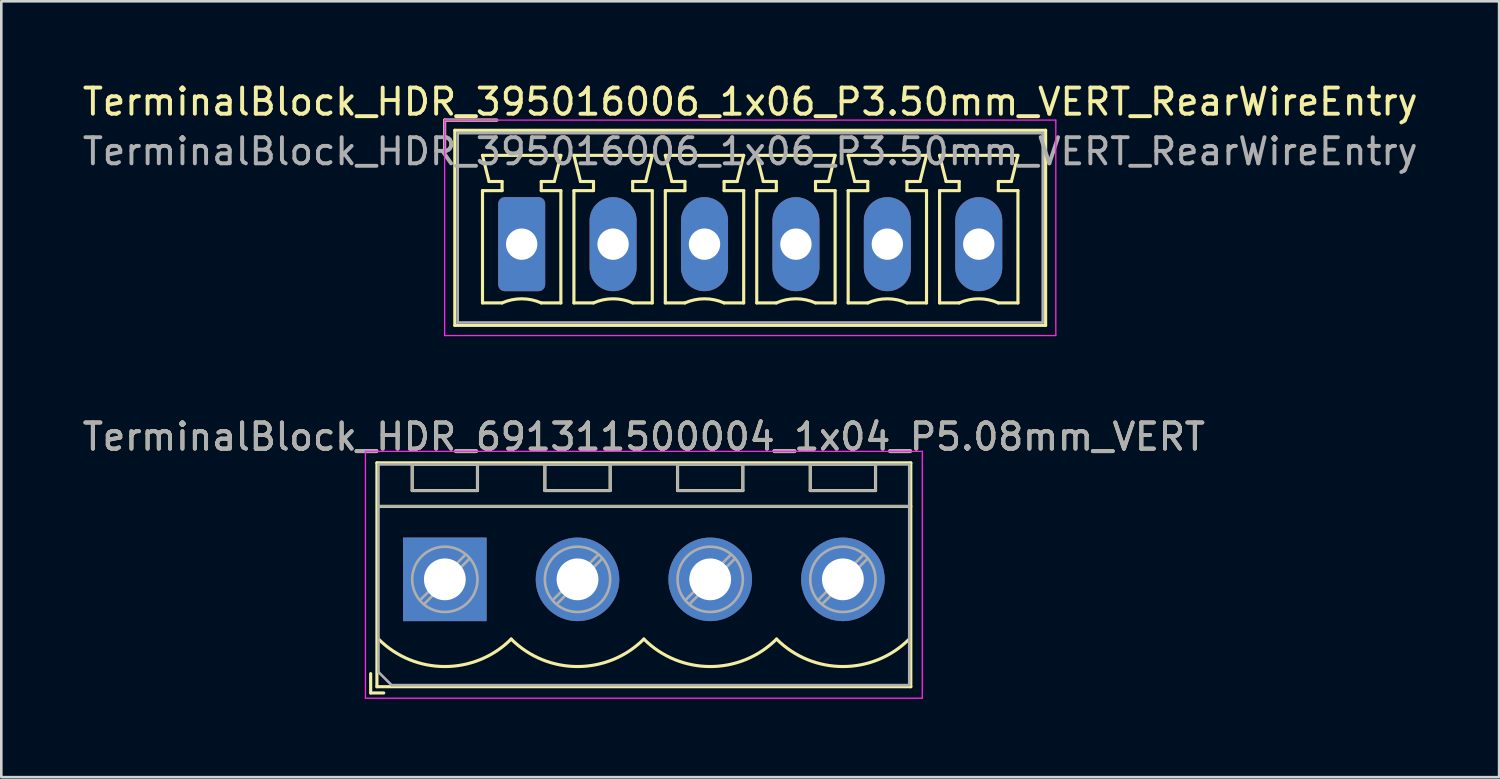
<source format=kicad_pcb>
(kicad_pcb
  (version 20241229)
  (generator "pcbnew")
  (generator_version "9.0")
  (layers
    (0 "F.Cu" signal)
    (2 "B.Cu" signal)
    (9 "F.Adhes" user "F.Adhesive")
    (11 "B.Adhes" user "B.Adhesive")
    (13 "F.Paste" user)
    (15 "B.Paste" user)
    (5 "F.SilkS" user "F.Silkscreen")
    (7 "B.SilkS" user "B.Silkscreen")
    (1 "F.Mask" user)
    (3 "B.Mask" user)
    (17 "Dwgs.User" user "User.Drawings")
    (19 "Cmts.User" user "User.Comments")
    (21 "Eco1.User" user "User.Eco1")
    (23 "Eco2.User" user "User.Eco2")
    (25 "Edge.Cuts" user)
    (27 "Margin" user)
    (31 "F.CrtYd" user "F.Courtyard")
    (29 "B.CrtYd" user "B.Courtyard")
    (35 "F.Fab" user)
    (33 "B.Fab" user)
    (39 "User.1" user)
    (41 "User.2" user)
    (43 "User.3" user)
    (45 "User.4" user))
  (footprint "TerminalBlock_HDR_691311500004_1x04_P5.08mm_VERT"
    (layer "F.Cu")
    (at 21.601 19.131)
    (property "Reference" "TerminalBlock_HDR_691311500004_1x04_P5.08mm_VERT" (at 0 -5.46 0) (layer "F.SilkS") (effects (font (size 1 1) (thickness 0.15))))
    (attr through_hole)
    (fp_line (start -10.46 3.61) (end -10.46 4.35) (stroke (width 0.12) (type solid)) (layer "F.SilkS"))
    (fp_line (start -10.46 4.35) (end -9.96 4.35) (stroke (width 0.12) (type solid)) (layer "F.SilkS"))
    (fp_line (start -10.22 -4.46) (end -10.22 4.11) (stroke (width 0.12) (type solid)) (layer "F.SilkS"))
    (fp_line (start -10.22 -4.46) (end 10.22 -4.46) (stroke (width 0.12) (type solid)) (layer "F.SilkS"))
    (fp_line (start -10.22 4.11) (end 10.22 4.11) (stroke (width 0.12) (type solid)) (layer "F.SilkS"))
    (fp_line (start -10.16 -2.794) (end 10.22 -2.794) (stroke (width 0.12) (type solid)) (layer "F.SilkS"))
    (fp_line (start -8.87 -4.4) (end -8.87 -3.4) (stroke (width 0.12) (type solid)) (layer "F.SilkS"))
    (fp_line (start -8.87 -4.4) (end -6.37 -4.4) (stroke (width 0.12) (type solid)) (layer "F.SilkS"))
    (fp_line (start -8.87 -3.4) (end -6.37 -3.4) (stroke (width 0.12) (type solid)) (layer "F.SilkS"))
    (fp_line (start -6.37 -4.4) (end -6.37 -3.4) (stroke (width 0.12) (type solid)) (layer "F.SilkS"))
    (fp_line (start -3.79 -4.4) (end -3.79 -3.4) (stroke (width 0.12) (type solid)) (layer "F.SilkS"))
    (fp_line (start -3.79 -4.4) (end -1.29 -4.4) (stroke (width 0.12) (type solid)) (layer "F.SilkS"))
    (fp_line (start -3.79 -3.4) (end -1.29 -3.4) (stroke (width 0.12) (type solid)) (layer "F.SilkS"))
    (fp_line (start -1.29 -4.4) (end -1.29 -3.4) (stroke (width 0.12) (type solid)) (layer "F.SilkS"))
    (fp_line (start 1.29 -4.4) (end 1.29 -3.4) (stroke (width 0.12) (type solid)) (layer "F.SilkS"))
    (fp_line (start 1.29 -4.4) (end 3.79 -4.4) (stroke (width 0.12) (type solid)) (layer "F.SilkS"))
    (fp_line (start 1.29 -3.4) (end 3.79 -3.4) (stroke (width 0.12) (type solid)) (layer "F.SilkS"))
    (fp_line (start 3.79 -4.4) (end 3.79 -3.4) (stroke (width 0.12) (type solid)) (layer "F.SilkS"))
    (fp_line (start 6.37 -4.4) (end 6.37 -3.4) (stroke (width 0.12) (type solid)) (layer "F.SilkS"))
    (fp_line (start 6.37 -4.4) (end 8.87 -4.4) (stroke (width 0.12) (type solid)) (layer "F.SilkS"))
    (fp_line (start 6.37 -3.4) (end 8.87 -3.4) (stroke (width 0.12) (type solid)) (layer "F.SilkS"))
    (fp_line (start 8.87 -4.4) (end 8.87 -3.4) (stroke (width 0.12) (type solid)) (layer "F.SilkS"))
    (fp_line (start 10.22 -4.46) (end 10.22 4.11) (stroke (width 0.12) (type solid)) (layer "F.SilkS"))
    (fp_arc (start -5.08 2.286) (mid -7.62 3.338102) (end -10.16 2.286) (stroke (width 0.12) (type solid)) (layer "F.SilkS"))
    (fp_arc (start 0 2.286) (mid -2.54 3.338102) (end -5.08 2.286) (stroke (width 0.12) (type solid)) (layer "F.SilkS"))
    (fp_arc (start 5.08 2.286) (mid 2.54 3.338102) (end 0 2.286) (stroke (width 0.12) (type solid)) (layer "F.SilkS"))
    (fp_arc (start 10.16 2.286) (mid 7.62 3.338102) (end 5.08 2.286) (stroke (width 0.12) (type solid)) (layer "F.SilkS"))
    (fp_line (start -10.66 -4.9) (end -10.66 4.55) (stroke (width 0.05) (type solid)) (layer "F.CrtYd"))
    (fp_line (start -10.66 4.55) (end 10.66 4.55) (stroke (width 0.05) (type solid)) (layer "F.CrtYd"))
    (fp_line (start 10.66 -4.9) (end -10.66 -4.9) (stroke (width 0.05) (type solid)) (layer "F.CrtYd"))
    (fp_line (start 10.66 4.55) (end 10.66 -4.9) (stroke (width 0.05) (type solid)) (layer "F.CrtYd"))
    (fp_line (start -10.16 -4.4) (end 10.16 -4.4) (stroke (width 0.1) (type solid)) (layer "F.Fab"))
    (fp_line (start -10.16 -2.794) (end 10.16 -2.794) (stroke (width 0.1) (type solid)) (layer "F.Fab"))
    (fp_line (start -10.16 3.55) (end -10.16 -4.4) (stroke (width 0.1) (type solid)) (layer "F.Fab"))
    (fp_line (start -9.66 4.05) (end -10.16 3.55) (stroke (width 0.1) (type solid)) (layer "F.Fab"))
    (fp_line (start -8.87 -4.4) (end -8.87 -3.4) (stroke (width 0.1) (type solid)) (layer "F.Fab"))
    (fp_line (start -8.87 -3.4) (end -6.37 -3.4) (stroke (width 0.1) (type solid)) (layer "F.Fab"))
    (fp_line (start -6.824 -0.948) (end -8.569 0.796) (stroke (width 0.1) (type solid)) (layer "F.Fab"))
    (fp_line (start -6.671 -0.796) (end -8.416 0.948) (stroke (width 0.1) (type solid)) (layer "F.Fab"))
    (fp_line (start -6.37 -4.4) (end -8.87 -4.4) (stroke (width 0.1) (type solid)) (layer "F.Fab"))
    (fp_line (start -6.37 -3.4) (end -6.37 -4.4) (stroke (width 0.1) (type solid)) (layer "F.Fab"))
    (fp_line (start -3.79 -4.4) (end -3.79 -3.4) (stroke (width 0.1) (type solid)) (layer "F.Fab"))
    (fp_line (start -3.79 -3.4) (end -1.29 -3.4) (stroke (width 0.1) (type solid)) (layer "F.Fab"))
    (fp_line (start -1.744 -0.948) (end -3.488 0.796) (stroke (width 0.1) (type solid)) (layer "F.Fab"))
    (fp_line (start -1.591 -0.796) (end -3.335 0.948) (stroke (width 0.1) (type solid)) (layer "F.Fab"))
    (fp_line (start -1.29 -4.4) (end -3.79 -4.4) (stroke (width 0.1) (type solid)) (layer "F.Fab"))
    (fp_line (start -1.29 -3.4) (end -1.29 -4.4) (stroke (width 0.1) (type solid)) (layer "F.Fab"))
    (fp_line (start 1.29 -4.4) (end 1.29 -3.4) (stroke (width 0.1) (type solid)) (layer "F.Fab"))
    (fp_line (start 1.29 -3.4) (end 3.79 -3.4) (stroke (width 0.1) (type solid)) (layer "F.Fab"))
    (fp_line (start 3.336 -0.948) (end 1.592 0.796) (stroke (width 0.1) (type solid)) (layer "F.Fab"))
    (fp_line (start 3.489 -0.796) (end 1.745 0.948) (stroke (width 0.1) (type solid)) (layer "F.Fab"))
    (fp_line (start 3.79 -4.4) (end 1.29 -4.4) (stroke (width 0.1) (type solid)) (layer "F.Fab"))
    (fp_line (start 3.79 -3.4) (end 3.79 -4.4) (stroke (width 0.1) (type solid)) (layer "F.Fab"))
    (fp_line (start 6.37 -4.4) (end 6.37 -3.4) (stroke (width 0.1) (type solid)) (layer "F.Fab"))
    (fp_line (start 6.37 -3.4) (end 8.87 -3.4) (stroke (width 0.1) (type solid)) (layer "F.Fab"))
    (fp_line (start 8.416 -0.948) (end 6.672 0.796) (stroke (width 0.1) (type solid)) (layer "F.Fab"))
    (fp_line (start 8.569 -0.796) (end 6.825 0.948) (stroke (width 0.1) (type solid)) (layer "F.Fab"))
    (fp_line (start 8.87 -4.4) (end 6.37 -4.4) (stroke (width 0.1) (type solid)) (layer "F.Fab"))
    (fp_line (start 8.87 -3.4) (end 8.87 -4.4) (stroke (width 0.1) (type solid)) (layer "F.Fab"))
    (fp_line (start 10.16 -4.4) (end 10.16 4.05) (stroke (width 0.1) (type solid)) (layer "F.Fab"))
    (fp_line (start 10.16 4.05) (end -9.66 4.05) (stroke (width 0.1) (type solid)) (layer "F.Fab"))
    (fp_circle (center -7.62 0) (end -6.37 0) (stroke (width 0.1) (type solid)) (fill no) (layer "F.Fab"))
    (fp_circle (center -2.54 0) (end -1.29 0) (stroke (width 0.1) (type solid)) (fill no) (layer "F.Fab"))
    (fp_circle (center 2.54 0) (end 3.79 0) (stroke (width 0.1) (type solid)) (fill no) (layer "F.Fab"))
    (fp_circle (center 7.62 0) (end 8.87 0) (stroke (width 0.1) (type solid)) (fill no) (layer "F.Fab"))
    (fp_text user "${REFERENCE}" (at 0 -5.46 0) (layer "F.Fab") (effects (font (size 1 1) (thickness 0.15))))
    (pad "1" thru_hole rect (at -7.62 0) (size 3.2 3.2) (drill 1.6) (layers "*.Cu" "*.Mask"))
    (pad "2" thru_hole circle (at -2.54 0) (size 3.2 3.2) (drill 1.6) (layers "*.Cu" "*.Mask"))
    (pad "3" thru_hole circle (at 2.54 0) (size 3.2 3.2) (drill 1.6) (layers "*.Cu" "*.Mask"))
    (pad "4" thru_hole circle (at 7.62 0) (size 3.2 3.2) (drill 1.6) (layers "*.Cu" "*.Mask")))
  (footprint "TerminalBlock_HDR_395016006_1x06_P3.50mm_VERT_RearWireEntry"
    (layer "F.Cu")
    (at 16.923 6.298)
    (property "Reference" "TerminalBlock_HDR_395016006_1x06_P3.50mm_VERT_RearWireEntry" (at 8.75 -5.45 0) (layer "F.SilkS") (effects (font (size 1 1) (thickness 0.15))))
    (attr through_hole)
    (fp_line (start -2.95 -4.75) (end -0.95 -4.75) (stroke (width 0.12) (type solid)) (layer "F.SilkS"))
    (fp_line (start -2.95 -3.5) (end -2.95 -4.75) (stroke (width 0.12) (type solid)) (layer "F.SilkS"))
    (fp_line (start -2.56 -4.36) (end -2.56 3.11) (stroke (width 0.12) (type solid)) (layer "F.SilkS"))
    (fp_line (start -2.56 3.11) (end 20.06 3.11) (stroke (width 0.12) (type solid)) (layer "F.SilkS"))
    (fp_line (start -1.5 -3.4) (end 1.5 -3.4) (stroke (width 0.12) (type solid)) (layer "F.SilkS"))
    (fp_line (start -1.5 -2.05) (end -0.75 -2.05) (stroke (width 0.12) (type solid)) (layer "F.SilkS"))
    (fp_line (start -1.5 2.25) (end -1.5 -2.05) (stroke (width 0.12) (type solid)) (layer "F.SilkS"))
    (fp_line (start -1.25 -2.4) (end -1.5 -3.4) (stroke (width 0.12) (type solid)) (layer "F.SilkS"))
    (fp_line (start -0.75 -2.4) (end -1.25 -2.4) (stroke (width 0.12) (type solid)) (layer "F.SilkS"))
    (fp_line (start -0.75 -2.05) (end -0.75 -2.4) (stroke (width 0.12) (type solid)) (layer "F.SilkS"))
    (fp_line (start -0.75 2.25) (end -1.5 2.25) (stroke (width 0.12) (type solid)) (layer "F.SilkS"))
    (fp_line (start 0.75 -2.4) (end 0.75 -2.05) (stroke (width 0.12) (type solid)) (layer "F.SilkS"))
    (fp_line (start 0.75 -2.05) (end 1.5 -2.05) (stroke (width 0.12) (type solid)) (layer "F.SilkS"))
    (fp_line (start 1.25 -2.4) (end 0.75 -2.4) (stroke (width 0.12) (type solid)) (layer "F.SilkS"))
    (fp_line (start 1.5 -3.4) (end 1.25 -2.4) (stroke (width 0.12) (type solid)) (layer "F.SilkS"))
    (fp_line (start 1.5 -2.05) (end 1.5 2.25) (stroke (width 0.12) (type solid)) (layer "F.SilkS"))
    (fp_line (start 1.5 2.25) (end 0.75 2.25) (stroke (width 0.12) (type solid)) (layer "F.SilkS"))
    (fp_line (start 2 -3.4) (end 5 -3.4) (stroke (width 0.12) (type solid)) (layer "F.SilkS"))
    (fp_line (start 2 -2.05) (end 2.75 -2.05) (stroke (width 0.12) (type solid)) (layer "F.SilkS"))
    (fp_line (start 2 2.25) (end 2 -2.05) (stroke (width 0.12) (type solid)) (layer "F.SilkS"))
    (fp_line (start 2.25 -2.4) (end 2 -3.4) (stroke (width 0.12) (type solid)) (layer "F.SilkS"))
    (fp_line (start 2.75 -2.4) (end 2.25 -2.4) (stroke (width 0.12) (type solid)) (layer "F.SilkS"))
    (fp_line (start 2.75 -2.05) (end 2.75 -2.4) (stroke (width 0.12) (type solid)) (layer "F.SilkS"))
    (fp_line (start 2.75 2.25) (end 2 2.25) (stroke (width 0.12) (type solid)) (layer "F.SilkS"))
    (fp_line (start 4.25 -2.4) (end 4.25 -2.05) (stroke (width 0.12) (type solid)) (layer "F.SilkS"))
    (fp_line (start 4.25 -2.05) (end 5 -2.05) (stroke (width 0.12) (type solid)) (layer "F.SilkS"))
    (fp_line (start 4.75 -2.4) (end 4.25 -2.4) (stroke (width 0.12) (type solid)) (layer "F.SilkS"))
    (fp_line (start 5 -3.4) (end 4.75 -2.4) (stroke (width 0.12) (type solid)) (layer "F.SilkS"))
    (fp_line (start 5 -2.05) (end 5 2.25) (stroke (width 0.12) (type solid)) (layer "F.SilkS"))
    (fp_line (start 5 2.25) (end 4.25 2.25) (stroke (width 0.12) (type solid)) (layer "F.SilkS"))
    (fp_line (start 5.5 -3.4) (end 8.5 -3.4) (stroke (width 0.12) (type solid)) (layer "F.SilkS"))
    (fp_line (start 5.5 -2.05) (end 6.25 -2.05) (stroke (width 0.12) (type solid)) (layer "F.SilkS"))
    (fp_line (start 5.5 2.25) (end 5.5 -2.05) (stroke (width 0.12) (type solid)) (layer "F.SilkS"))
    (fp_line (start 5.75 -2.4) (end 5.5 -3.4) (stroke (width 0.12) (type solid)) (layer "F.SilkS"))
    (fp_line (start 6.25 -2.4) (end 5.75 -2.4) (stroke (width 0.12) (type solid)) (layer "F.SilkS"))
    (fp_line (start 6.25 -2.05) (end 6.25 -2.4) (stroke (width 0.12) (type solid)) (layer "F.SilkS"))
    (fp_line (start 6.25 2.25) (end 5.5 2.25) (stroke (width 0.12) (type solid)) (layer "F.SilkS"))
    (fp_line (start 7.75 -2.4) (end 7.75 -2.05) (stroke (width 0.12) (type solid)) (layer "F.SilkS"))
    (fp_line (start 7.75 -2.05) (end 8.5 -2.05) (stroke (width 0.12) (type solid)) (layer "F.SilkS"))
    (fp_line (start 8.25 -2.4) (end 7.75 -2.4) (stroke (width 0.12) (type solid)) (layer "F.SilkS"))
    (fp_line (start 8.5 -3.4) (end 8.25 -2.4) (stroke (width 0.12) (type solid)) (layer "F.SilkS"))
    (fp_line (start 8.5 -2.05) (end 8.5 2.25) (stroke (width 0.12) (type solid)) (layer "F.SilkS"))
    (fp_line (start 8.5 2.25) (end 7.75 2.25) (stroke (width 0.12) (type solid)) (layer "F.SilkS"))
    (fp_line (start 9 -3.4) (end 12 -3.4) (stroke (width 0.12) (type solid)) (layer "F.SilkS"))
    (fp_line (start 9 -2.05) (end 9.75 -2.05) (stroke (width 0.12) (type solid)) (layer "F.SilkS"))
    (fp_line (start 9 2.25) (end 9 -2.05) (stroke (width 0.12) (type solid)) (layer "F.SilkS"))
    (fp_line (start 9.25 -2.4) (end 9 -3.4) (stroke (width 0.12) (type solid)) (layer "F.SilkS"))
    (fp_line (start 9.75 -2.4) (end 9.25 -2.4) (stroke (width 0.12) (type solid)) (layer "F.SilkS"))
    (fp_line (start 9.75 -2.05) (end 9.75 -2.4) (stroke (width 0.12) (type solid)) (layer "F.SilkS"))
    (fp_line (start 9.75 2.25) (end 9 2.25) (stroke (width 0.12) (type solid)) (layer "F.SilkS"))
    (fp_line (start 11.25 -2.4) (end 11.25 -2.05) (stroke (width 0.12) (type solid)) (layer "F.SilkS"))
    (fp_line (start 11.25 -2.05) (end 12 -2.05) (stroke (width 0.12) (type solid)) (layer "F.SilkS"))
    (fp_line (start 11.75 -2.4) (end 11.25 -2.4) (stroke (width 0.12) (type solid)) (layer "F.SilkS"))
    (fp_line (start 12 -3.4) (end 11.75 -2.4) (stroke (width 0.12) (type solid)) (layer "F.SilkS"))
    (fp_line (start 12 -2.05) (end 12 2.25) (stroke (width 0.12) (type solid)) (layer "F.SilkS"))
    (fp_line (start 12 2.25) (end 11.25 2.25) (stroke (width 0.12) (type solid)) (layer "F.SilkS"))
    (fp_line (start 12.5 -3.4) (end 15.5 -3.4) (stroke (width 0.12) (type solid)) (layer "F.SilkS"))
    (fp_line (start 12.5 -2.05) (end 13.25 -2.05) (stroke (width 0.12) (type solid)) (layer "F.SilkS"))
    (fp_line (start 12.5 2.25) (end 12.5 -2.05) (stroke (width 0.12) (type solid)) (layer "F.SilkS"))
    (fp_line (start 12.75 -2.4) (end 12.5 -3.4) (stroke (width 0.12) (type solid)) (layer "F.SilkS"))
    (fp_line (start 13.25 -2.4) (end 12.75 -2.4) (stroke (width 0.12) (type solid)) (layer "F.SilkS"))
    (fp_line (start 13.25 -2.05) (end 13.25 -2.4) (stroke (width 0.12) (type solid)) (layer "F.SilkS"))
    (fp_line (start 13.25 2.25) (end 12.5 2.25) (stroke (width 0.12) (type solid)) (layer "F.SilkS"))
    (fp_line (start 14.75 -2.4) (end 14.75 -2.05) (stroke (width 0.12) (type solid)) (layer "F.SilkS"))
    (fp_line (start 14.75 -2.05) (end 15.5 -2.05) (stroke (width 0.12) (type solid)) (layer "F.SilkS"))
    (fp_line (start 15.25 -2.4) (end 14.75 -2.4) (stroke (width 0.12) (type solid)) (layer "F.SilkS"))
    (fp_line (start 15.5 -3.4) (end 15.25 -2.4) (stroke (width 0.12) (type solid)) (layer "F.SilkS"))
    (fp_line (start 15.5 -2.05) (end 15.5 2.25) (stroke (width 0.12) (type solid)) (layer "F.SilkS"))
    (fp_line (start 15.5 2.25) (end 14.75 2.25) (stroke (width 0.12) (type solid)) (layer "F.SilkS"))
    (fp_line (start 16 -3.4) (end 19 -3.4) (stroke (width 0.12) (type solid)) (layer "F.SilkS"))
    (fp_line (start 16 -2.05) (end 16.75 -2.05) (stroke (width 0.12) (type solid)) (layer "F.SilkS"))
    (fp_line (start 16 2.25) (end 16 -2.05) (stroke (width 0.12) (type solid)) (layer "F.SilkS"))
    (fp_line (start 16.25 -2.4) (end 16 -3.4) (stroke (width 0.12) (type solid)) (layer "F.SilkS"))
    (fp_line (start 16.75 -2.4) (end 16.25 -2.4) (stroke (width 0.12) (type solid)) (layer "F.SilkS"))
    (fp_line (start 16.75 -2.05) (end 16.75 -2.4) (stroke (width 0.12) (type solid)) (layer "F.SilkS"))
    (fp_line (start 16.75 2.25) (end 16 2.25) (stroke (width 0.12) (type solid)) (layer "F.SilkS"))
    (fp_line (start 18.25 -2.4) (end 18.25 -2.05) (stroke (width 0.12) (type solid)) (layer "F.SilkS"))
    (fp_line (start 18.25 -2.05) (end 19 -2.05) (stroke (width 0.12) (type solid)) (layer "F.SilkS"))
    (fp_line (start 18.75 -2.4) (end 18.25 -2.4) (stroke (width 0.12) (type solid)) (layer "F.SilkS"))
    (fp_line (start 19 -3.4) (end 18.75 -2.4) (stroke (width 0.12) (type solid)) (layer "F.SilkS"))
    (fp_line (start 19 -2.05) (end 19 2.25) (stroke (width 0.12) (type solid)) (layer "F.SilkS"))
    (fp_line (start 19 2.25) (end 18.25 2.25) (stroke (width 0.12) (type solid)) (layer "F.SilkS"))
    (fp_line (start 20.06 -4.36) (end -2.56 -4.36) (stroke (width 0.12) (type solid)) (layer "F.SilkS"))
    (fp_line (start 20.06 3.11) (end 20.06 -4.36) (stroke (width 0.12) (type solid)) (layer "F.SilkS"))
    (fp_arc (start -0.75 2.25) (mid -0.000193 2.09191) (end 0.749647 2.249844) (stroke (width 0.12) (type solid)) (layer "F.SilkS"))
    (fp_arc (start 2.75 2.25) (mid 3.499807 2.09191) (end 4.249647 2.249844) (stroke (width 0.12) (type solid)) (layer "F.SilkS"))
    (fp_arc (start 6.25 2.25) (mid 6.999807 2.09191) (end 7.749647 2.249844) (stroke (width 0.12) (type solid)) (layer "F.SilkS"))
    (fp_arc (start 9.75 2.25) (mid 10.499807 2.09191) (end 11.249647 2.249844) (stroke (width 0.12) (type solid)) (layer "F.SilkS"))
    (fp_arc (start 13.25 2.25) (mid 13.999807 2.09191) (end 14.749647 2.249844) (stroke (width 0.12) (type solid)) (layer "F.SilkS"))
    (fp_arc (start 16.75 2.25) (mid 17.499807 2.09191) (end 18.249647 2.249844) (stroke (width 0.12) (type solid)) (layer "F.SilkS"))
    (fp_line (start -2.95 -4.75) (end -2.95 3.5) (stroke (width 0.05) (type solid)) (layer "F.CrtYd"))
    (fp_line (start -2.95 3.5) (end 20.45 3.5) (stroke (width 0.05) (type solid)) (layer "F.CrtYd"))
    (fp_line (start 20.45 -4.75) (end -2.95 -4.75) (stroke (width 0.05) (type solid)) (layer "F.CrtYd"))
    (fp_line (start 20.45 3.5) (end 20.45 -4.75) (stroke (width 0.05) (type solid)) (layer "F.CrtYd"))
    (fp_line (start -2.95 -4.75) (end -0.95 -4.75) (stroke (width 0.1) (type solid)) (layer "F.Fab"))
    (fp_line (start -2.95 -3.5) (end -2.95 -4.75) (stroke (width 0.1) (type solid)) (layer "F.Fab"))
    (fp_line (start -2.45 -4.25) (end -2.45 3) (stroke (width 0.1) (type solid)) (layer "F.Fab"))
    (fp_line (start -2.45 3) (end 19.95 3) (stroke (width 0.1) (type solid)) (layer "F.Fab"))
    (fp_line (start 19.95 -4.25) (end -2.45 -4.25) (stroke (width 0.1) (type solid)) (layer "F.Fab"))
    (fp_line (start 19.95 3) (end 19.95 -4.25) (stroke (width 0.1) (type solid)) (layer "F.Fab"))
    (fp_text user "${REFERENCE}" (at 8.75 -3.55 0) (layer "F.Fab") (effects (font (size 1 1) (thickness 0.15))))
    (pad "1" thru_hole roundrect (at 0 0) (size 1.8 3.6) (drill 1.2) (layers "*.Cu" "*.Mask") (roundrect_rratio 0.139))
    (pad "2" thru_hole oval (at 3.5 0) (size 1.8 3.6) (drill 1.2) (layers "*.Cu" "*.Mask"))
    (pad "3" thru_hole oval (at 7 0) (size 1.8 3.6) (drill 1.2) (layers "*.Cu" "*.Mask"))
    (pad "4" thru_hole oval (at 10.5 0) (size 1.8 3.6) (drill 1.2) (layers "*.Cu" "*.Mask"))
    (pad "5" thru_hole oval (at 14 0) (size 1.8 3.6) (drill 1.2) (layers "*.Cu" "*.Mask"))
    (pad "6" thru_hole oval (at 17.5 0) (size 1.8 3.6) (drill 1.2) (layers "*.Cu" "*.Mask")))
  (gr_rect
    (start -3 -3)
    (end 54.345 26.706)
    (stroke (width 0.1) (type default))
    (fill no)
    (layer "Edge.Cuts")))
</source>
